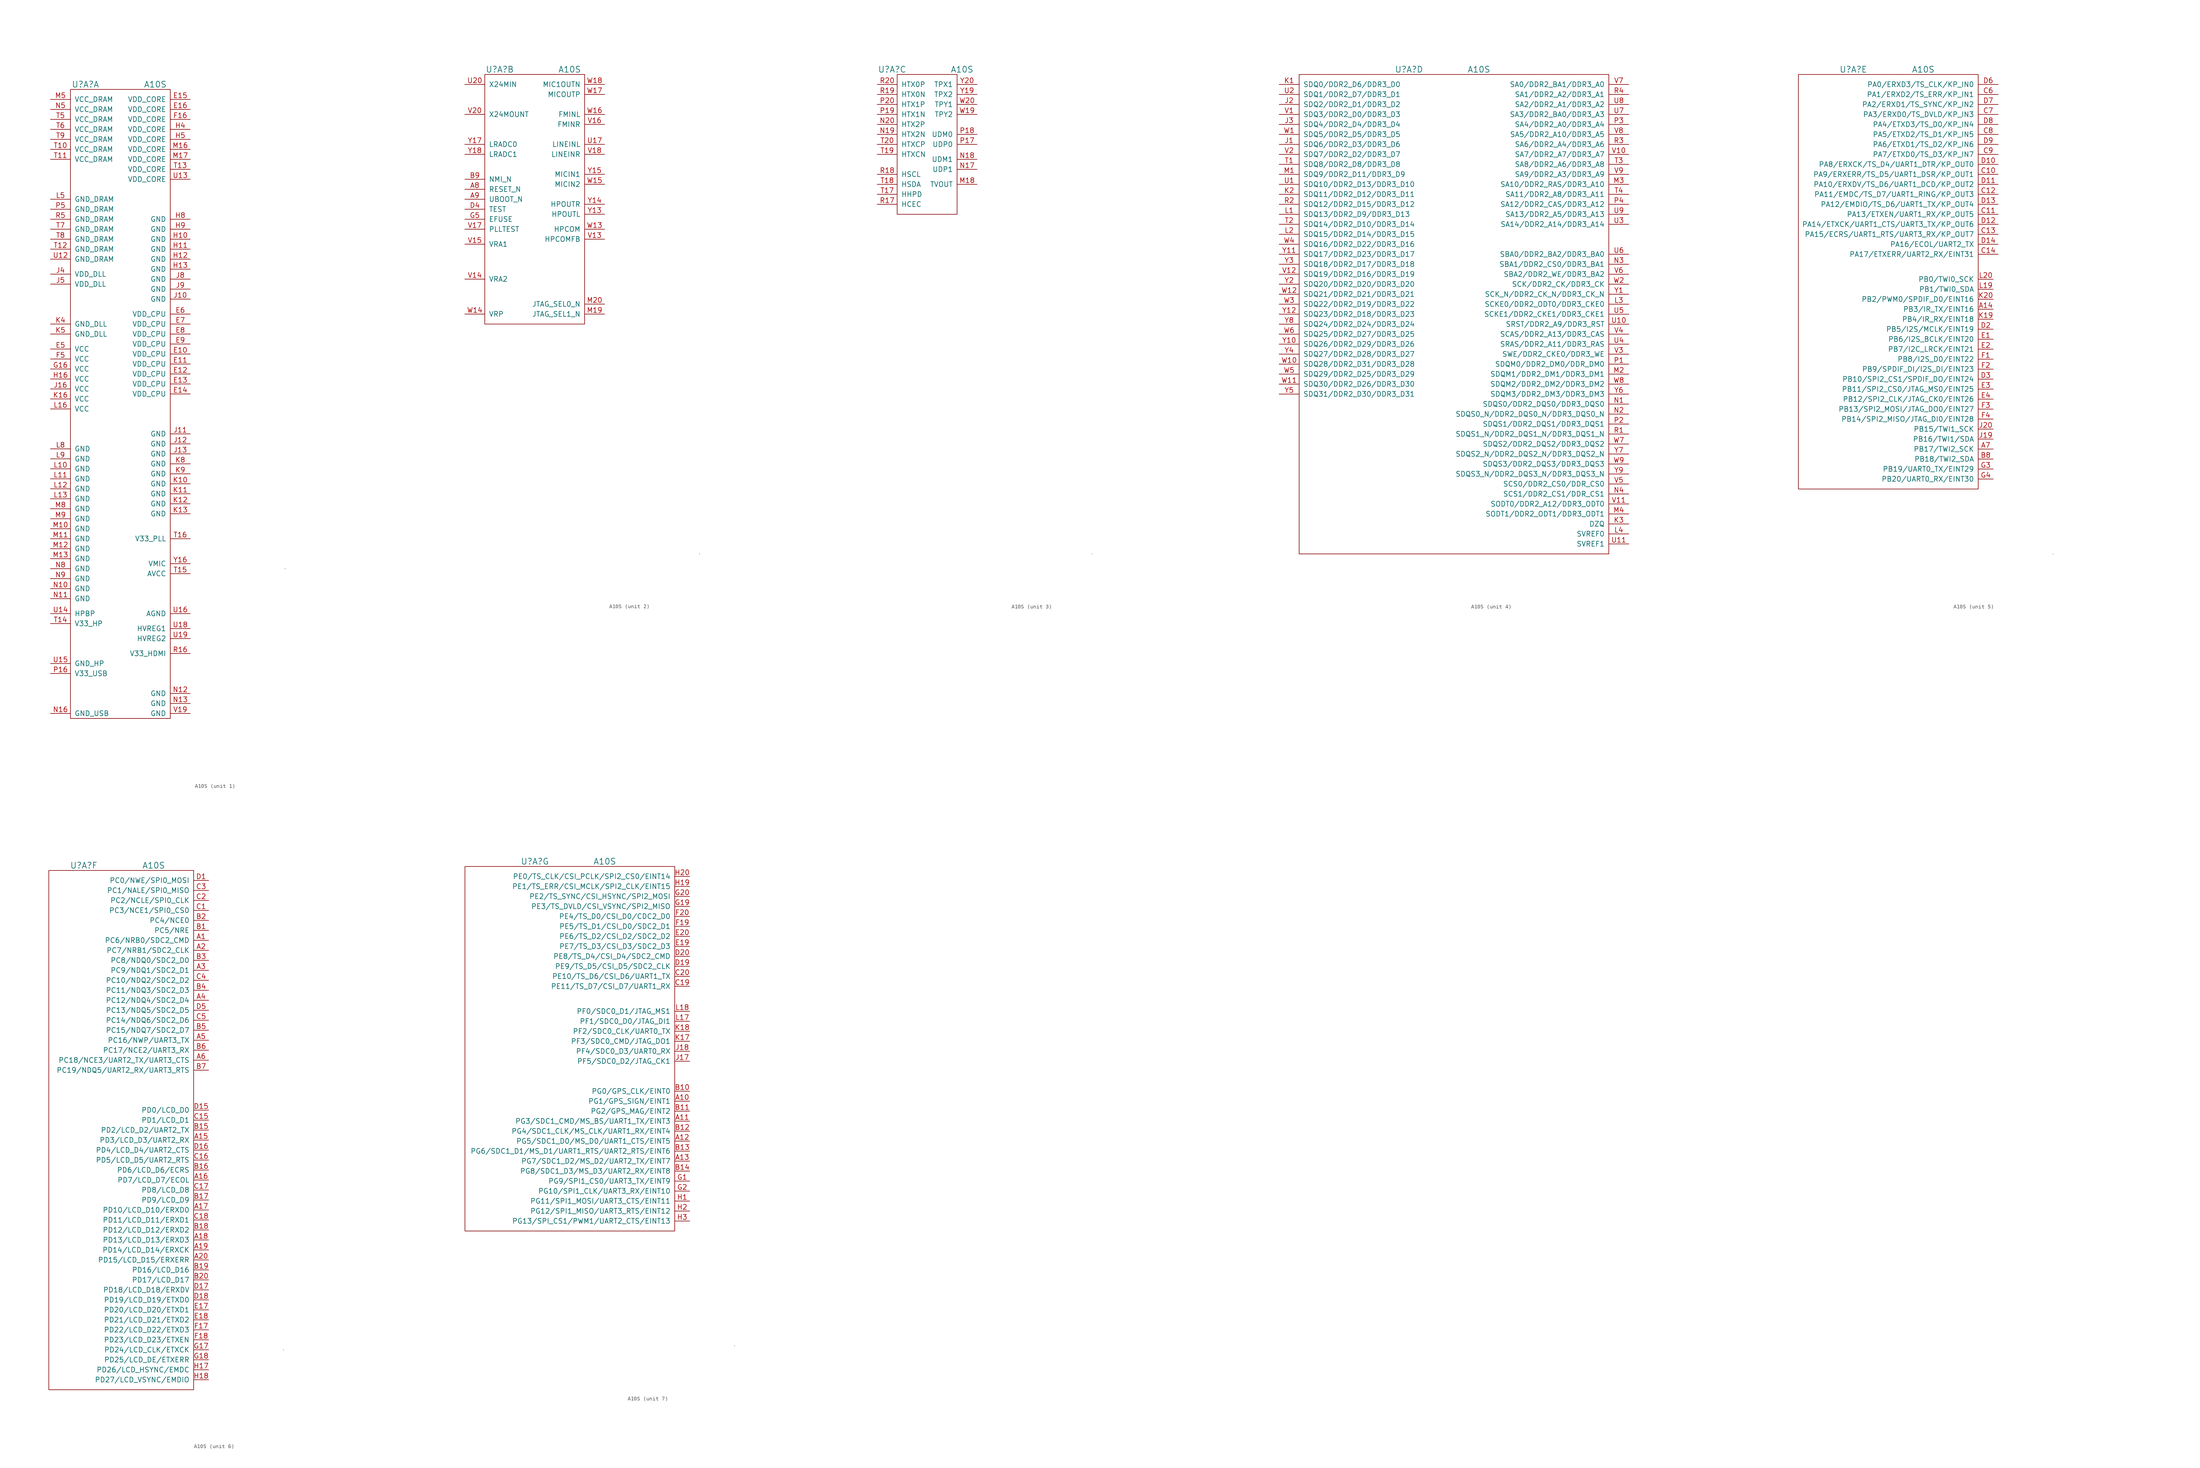
<source format=kicad_sym>
(kicad_symbol_lib
  (version 20210619)
  (generator kicad_symbol_editor)
  (symbol "tinkerforge:A10S"
    (pin_names
      (offset 1.016))
    (property "Reference" "U?A"
      (at -8.89 1.27 0)
      (effects (font (size 1.524 1.524))))
    (property "Value" "A10S"
      (at 8.89 1.27 0)
      (effects (font (size 1.524 1.524))))
    (property "Footprint" ""
      (at 66.04 -63.5 0)
      (effects (font (size 1.524 1.524))))
    (property "Datasheet" ""
      (at 66.04 -63.5 0)
      (effects (font (size 1.524 1.524))))
    (property "ki_locked" ""
      (at 0 0 0)
      (effects (font (size 1.27 1.27))))
    (symbol "A10S_0_1"
      (rectangle (start 41.91 -121.92) (end 41.91 -121.92) (stroke (width 0)) (fill (type none))))
    (symbol "A10S_1_1"
      (rectangle (start -12.7 0) (end 12.7 -160.02) (stroke (width 0)) (fill (type none)))
      (pin passive line (at 17.78 -67.31 180) (length 5.08) (name "VDD_CPU" (effects (font (size 1.27 1.27)))) (number "E10" (effects (font (size 1.27 1.27)))))
      (pin passive line (at 17.78 -69.85 180) (length 5.08) (name "VDD_CPU" (effects (font (size 1.27 1.27)))) (number "E11" (effects (font (size 1.27 1.27)))))
      (pin passive line (at 17.78 -72.39 180) (length 5.08) (name "VDD_CPU" (effects (font (size 1.27 1.27)))) (number "E12" (effects (font (size 1.27 1.27)))))
      (pin passive line (at 17.78 -74.93 180) (length 5.08) (name "VDD_CPU" (effects (font (size 1.27 1.27)))) (number "E13" (effects (font (size 1.27 1.27)))))
      (pin passive line (at 17.78 -77.47 180) (length 5.08) (name "VDD_CPU" (effects (font (size 1.27 1.27)))) (number "E14" (effects (font (size 1.27 1.27)))))
      (pin passive line (at 17.78 -2.54 180) (length 5.08) (name "VDD_CORE" (effects (font (size 1.27 1.27)))) (number "E15" (effects (font (size 1.27 1.27)))))
      (pin passive line (at 17.78 -5.08 180) (length 5.08) (name "VDD_CORE" (effects (font (size 1.27 1.27)))) (number "E16" (effects (font (size 1.27 1.27)))))
      (pin passive line (at -17.78 -66.04 0) (length 5.08) (name "VCC" (effects (font (size 1.27 1.27)))) (number "E5" (effects (font (size 1.27 1.27)))))
      (pin passive line (at 17.78 -57.15 180) (length 5.08) (name "VDD_CPU" (effects (font (size 1.27 1.27)))) (number "E6" (effects (font (size 1.27 1.27)))))
      (pin passive line (at 17.78 -59.69 180) (length 5.08) (name "VDD_CPU" (effects (font (size 1.27 1.27)))) (number "E7" (effects (font (size 1.27 1.27)))))
      (pin passive line (at 17.78 -62.23 180) (length 5.08) (name "VDD_CPU" (effects (font (size 1.27 1.27)))) (number "E8" (effects (font (size 1.27 1.27)))))
      (pin passive line (at 17.78 -64.77 180) (length 5.08) (name "VDD_CPU" (effects (font (size 1.27 1.27)))) (number "E9" (effects (font (size 1.27 1.27)))))
      (pin passive line (at 17.78 -7.62 180) (length 5.08) (name "VDD_CORE" (effects (font (size 1.27 1.27)))) (number "F16" (effects (font (size 1.27 1.27)))))
      (pin passive line (at -17.78 -68.58 0) (length 5.08) (name "VCC" (effects (font (size 1.27 1.27)))) (number "F5" (effects (font (size 1.27 1.27)))))
      (pin passive line (at -17.78 -71.12 0) (length 5.08) (name "VCC" (effects (font (size 1.27 1.27)))) (number "G16" (effects (font (size 1.27 1.27)))))
      (pin passive line (at 17.78 -38.1 180) (length 5.08) (name "GND" (effects (font (size 1.27 1.27)))) (number "H10" (effects (font (size 1.27 1.27)))))
      (pin passive line (at 17.78 -40.64 180) (length 5.08) (name "GND" (effects (font (size 1.27 1.27)))) (number "H11" (effects (font (size 1.27 1.27)))))
      (pin passive line (at 17.78 -43.18 180) (length 5.08) (name "GND" (effects (font (size 1.27 1.27)))) (number "H12" (effects (font (size 1.27 1.27)))))
      (pin passive line (at 17.78 -45.72 180) (length 5.08) (name "GND" (effects (font (size 1.27 1.27)))) (number "H13" (effects (font (size 1.27 1.27)))))
      (pin passive line (at -17.78 -73.66 0) (length 5.08) (name "VCC" (effects (font (size 1.27 1.27)))) (number "H16" (effects (font (size 1.27 1.27)))))
      (pin passive line (at 17.78 -10.16 180) (length 5.08) (name "VDD_CORE" (effects (font (size 1.27 1.27)))) (number "H4" (effects (font (size 1.27 1.27)))))
      (pin passive line (at 17.78 -12.7 180) (length 5.08) (name "VDD_CORE" (effects (font (size 1.27 1.27)))) (number "H5" (effects (font (size 1.27 1.27)))))
      (pin passive line (at 17.78 -33.02 180) (length 5.08) (name "GND" (effects (font (size 1.27 1.27)))) (number "H8" (effects (font (size 1.27 1.27)))))
      (pin passive line (at 17.78 -35.56 180) (length 5.08) (name "GND" (effects (font (size 1.27 1.27)))) (number "H9" (effects (font (size 1.27 1.27)))))
      (pin passive line (at 17.78 -53.34 180) (length 5.08) (name "GND" (effects (font (size 1.27 1.27)))) (number "J10" (effects (font (size 1.27 1.27)))))
      (pin passive line (at 17.78 -87.63 180) (length 5.08) (name "GND" (effects (font (size 1.27 1.27)))) (number "J11" (effects (font (size 1.27 1.27)))))
      (pin passive line (at 17.78 -90.17 180) (length 5.08) (name "GND" (effects (font (size 1.27 1.27)))) (number "J12" (effects (font (size 1.27 1.27)))))
      (pin passive line (at 17.78 -92.71 180) (length 5.08) (name "GND" (effects (font (size 1.27 1.27)))) (number "J13" (effects (font (size 1.27 1.27)))))
      (pin passive line (at -17.78 -76.2 0) (length 5.08) (name "VCC" (effects (font (size 1.27 1.27)))) (number "J16" (effects (font (size 1.27 1.27)))))
      (pin passive line (at -17.78 -46.99 0) (length 5.08) (name "VDD_DLL" (effects (font (size 1.27 1.27)))) (number "J4" (effects (font (size 1.27 1.27)))))
      (pin passive line (at -17.78 -49.53 0) (length 5.08) (name "VDD_DLL" (effects (font (size 1.27 1.27)))) (number "J5" (effects (font (size 1.27 1.27)))))
      (pin passive line (at 17.78 -48.26 180) (length 5.08) (name "GND" (effects (font (size 1.27 1.27)))) (number "J8" (effects (font (size 1.27 1.27)))))
      (pin passive line (at 17.78 -50.8 180) (length 5.08) (name "GND" (effects (font (size 1.27 1.27)))) (number "J9" (effects (font (size 1.27 1.27)))))
      (pin passive line (at 17.78 -100.33 180) (length 5.08) (name "GND" (effects (font (size 1.27 1.27)))) (number "K10" (effects (font (size 1.27 1.27)))))
      (pin passive line (at 17.78 -102.87 180) (length 5.08) (name "GND" (effects (font (size 1.27 1.27)))) (number "K11" (effects (font (size 1.27 1.27)))))
      (pin passive line (at 17.78 -105.41 180) (length 5.08) (name "GND" (effects (font (size 1.27 1.27)))) (number "K12" (effects (font (size 1.27 1.27)))))
      (pin passive line (at 17.78 -107.95 180) (length 5.08) (name "GND" (effects (font (size 1.27 1.27)))) (number "K13" (effects (font (size 1.27 1.27)))))
      (pin passive line (at -17.78 -78.74 0) (length 5.08) (name "VCC" (effects (font (size 1.27 1.27)))) (number "K16" (effects (font (size 1.27 1.27)))))
      (pin passive line (at -17.78 -59.69 0) (length 5.08) (name "GND_DLL" (effects (font (size 1.27 1.27)))) (number "K4" (effects (font (size 1.27 1.27)))))
      (pin passive line (at -17.78 -62.23 0) (length 5.08) (name "GND_DLL" (effects (font (size 1.27 1.27)))) (number "K5" (effects (font (size 1.27 1.27)))))
      (pin passive line (at 17.78 -95.25 180) (length 5.08) (name "GND" (effects (font (size 1.27 1.27)))) (number "K8" (effects (font (size 1.27 1.27)))))
      (pin passive line (at 17.78 -97.79 180) (length 5.08) (name "GND" (effects (font (size 1.27 1.27)))) (number "K9" (effects (font (size 1.27 1.27)))))
      (pin passive line (at -17.78 -96.52 0) (length 5.08) (name "GND" (effects (font (size 1.27 1.27)))) (number "L10" (effects (font (size 1.27 1.27)))))
      (pin passive line (at -17.78 -99.06 0) (length 5.08) (name "GND" (effects (font (size 1.27 1.27)))) (number "L11" (effects (font (size 1.27 1.27)))))
      (pin passive line (at -17.78 -101.6 0) (length 5.08) (name "GND" (effects (font (size 1.27 1.27)))) (number "L12" (effects (font (size 1.27 1.27)))))
      (pin passive line (at -17.78 -104.14 0) (length 5.08) (name "GND" (effects (font (size 1.27 1.27)))) (number "L13" (effects (font (size 1.27 1.27)))))
      (pin passive line (at -17.78 -81.28 0) (length 5.08) (name "VCC" (effects (font (size 1.27 1.27)))) (number "L16" (effects (font (size 1.27 1.27)))))
      (pin passive line (at -17.78 -27.94 0) (length 5.08) (name "GND_DRAM" (effects (font (size 1.27 1.27)))) (number "L5" (effects (font (size 1.27 1.27)))))
      (pin passive line (at -17.78 -91.44 0) (length 5.08) (name "GND" (effects (font (size 1.27 1.27)))) (number "L8" (effects (font (size 1.27 1.27)))))
      (pin passive line (at -17.78 -93.98 0) (length 5.08) (name "GND" (effects (font (size 1.27 1.27)))) (number "L9" (effects (font (size 1.27 1.27)))))
      (pin passive line (at -17.78 -111.76 0) (length 5.08) (name "GND" (effects (font (size 1.27 1.27)))) (number "M10" (effects (font (size 1.27 1.27)))))
      (pin passive line (at -17.78 -114.3 0) (length 5.08) (name "GND" (effects (font (size 1.27 1.27)))) (number "M11" (effects (font (size 1.27 1.27)))))
      (pin passive line (at -17.78 -116.84 0) (length 5.08) (name "GND" (effects (font (size 1.27 1.27)))) (number "M12" (effects (font (size 1.27 1.27)))))
      (pin passive line (at -17.78 -119.38 0) (length 5.08) (name "GND" (effects (font (size 1.27 1.27)))) (number "M13" (effects (font (size 1.27 1.27)))))
      (pin passive line (at 17.78 -15.24 180) (length 5.08) (name "VDD_CORE" (effects (font (size 1.27 1.27)))) (number "M16" (effects (font (size 1.27 1.27)))))
      (pin passive line (at 17.78 -17.78 180) (length 5.08) (name "VDD_CORE" (effects (font (size 1.27 1.27)))) (number "M17" (effects (font (size 1.27 1.27)))))
      (pin passive line (at -17.78 -2.54 0) (length 5.08) (name "VCC_DRAM" (effects (font (size 1.27 1.27)))) (number "M5" (effects (font (size 1.27 1.27)))))
      (pin passive line (at -17.78 -106.68 0) (length 5.08) (name "GND" (effects (font (size 1.27 1.27)))) (number "M8" (effects (font (size 1.27 1.27)))))
      (pin passive line (at -17.78 -109.22 0) (length 5.08) (name "GND" (effects (font (size 1.27 1.27)))) (number "M9" (effects (font (size 1.27 1.27)))))
      (pin passive line (at -17.78 -127 0) (length 5.08) (name "GND" (effects (font (size 1.27 1.27)))) (number "N10" (effects (font (size 1.27 1.27)))))
      (pin passive line (at -17.78 -129.54 0) (length 5.08) (name "GND" (effects (font (size 1.27 1.27)))) (number "N11" (effects (font (size 1.27 1.27)))))
      (pin passive line (at 17.78 -153.67 180) (length 5.08) (name "GND" (effects (font (size 1.27 1.27)))) (number "N12" (effects (font (size 1.27 1.27)))))
      (pin passive line (at 17.78 -156.21 180) (length 5.08) (name "GND" (effects (font (size 1.27 1.27)))) (number "N13" (effects (font (size 1.27 1.27)))))
      (pin passive line (at -17.78 -158.75 0) (length 5.08) (name "GND_USB" (effects (font (size 1.27 1.27)))) (number "N16" (effects (font (size 1.27 1.27)))))
      (pin passive line (at -17.78 -5.08 0) (length 5.08) (name "VCC_DRAM" (effects (font (size 1.27 1.27)))) (number "N5" (effects (font (size 1.27 1.27)))))
      (pin passive line (at -17.78 -121.92 0) (length 5.08) (name "GND" (effects (font (size 1.27 1.27)))) (number "N8" (effects (font (size 1.27 1.27)))))
      (pin passive line (at -17.78 -124.46 0) (length 5.08) (name "GND" (effects (font (size 1.27 1.27)))) (number "N9" (effects (font (size 1.27 1.27)))))
      (pin passive line (at -17.78 -148.59 0) (length 5.08) (name "V33_USB" (effects (font (size 1.27 1.27)))) (number "P16" (effects (font (size 1.27 1.27)))))
      (pin passive line (at -17.78 -30.48 0) (length 5.08) (name "GND_DRAM" (effects (font (size 1.27 1.27)))) (number "P5" (effects (font (size 1.27 1.27)))))
      (pin passive line (at 17.78 -143.51 180) (length 5.08) (name "V33_HDMI" (effects (font (size 1.27 1.27)))) (number "R16" (effects (font (size 1.27 1.27)))))
      (pin passive line (at -17.78 -33.02 0) (length 5.08) (name "GND_DRAM" (effects (font (size 1.27 1.27)))) (number "R5" (effects (font (size 1.27 1.27)))))
      (pin passive line (at -17.78 -15.24 0) (length 5.08) (name "VCC_DRAM" (effects (font (size 1.27 1.27)))) (number "T10" (effects (font (size 1.27 1.27)))))
      (pin passive line (at -17.78 -17.78 0) (length 5.08) (name "VCC_DRAM" (effects (font (size 1.27 1.27)))) (number "T11" (effects (font (size 1.27 1.27)))))
      (pin passive line (at -17.78 -40.64 0) (length 5.08) (name "GND_DRAM" (effects (font (size 1.27 1.27)))) (number "T12" (effects (font (size 1.27 1.27)))))
      (pin passive line (at 17.78 -20.32 180) (length 5.08) (name "VDD_CORE" (effects (font (size 1.27 1.27)))) (number "T13" (effects (font (size 1.27 1.27)))))
      (pin passive line (at -17.78 -135.89 0) (length 5.08) (name "V33_HP" (effects (font (size 1.27 1.27)))) (number "T14" (effects (font (size 1.27 1.27)))))
      (pin passive line (at 17.78 -123.19 180) (length 5.08) (name "AVCC" (effects (font (size 1.27 1.27)))) (number "T15" (effects (font (size 1.27 1.27)))))
      (pin passive line (at 17.78 -114.3 180) (length 5.08) (name "V33_PLL" (effects (font (size 1.27 1.27)))) (number "T16" (effects (font (size 1.27 1.27)))))
      (pin passive line (at -17.78 -7.62 0) (length 5.08) (name "VCC_DRAM" (effects (font (size 1.27 1.27)))) (number "T5" (effects (font (size 1.27 1.27)))))
      (pin passive line (at -17.78 -10.16 0) (length 5.08) (name "VCC_DRAM" (effects (font (size 1.27 1.27)))) (number "T6" (effects (font (size 1.27 1.27)))))
      (pin passive line (at -17.78 -35.56 0) (length 5.08) (name "GND_DRAM" (effects (font (size 1.27 1.27)))) (number "T7" (effects (font (size 1.27 1.27)))))
      (pin passive line (at -17.78 -38.1 0) (length 5.08) (name "GND_DRAM" (effects (font (size 1.27 1.27)))) (number "T8" (effects (font (size 1.27 1.27)))))
      (pin passive line (at -17.78 -12.7 0) (length 5.08) (name "VCC_DRAM" (effects (font (size 1.27 1.27)))) (number "T9" (effects (font (size 1.27 1.27)))))
      (pin passive line (at -17.78 -43.18 0) (length 5.08) (name "GND_DRAM" (effects (font (size 1.27 1.27)))) (number "U12" (effects (font (size 1.27 1.27)))))
      (pin passive line (at 17.78 -22.86 180) (length 5.08) (name "VDD_CORE" (effects (font (size 1.27 1.27)))) (number "U13" (effects (font (size 1.27 1.27)))))
      (pin passive line (at -17.78 -133.35 0) (length 5.08) (name "HPBP" (effects (font (size 1.27 1.27)))) (number "U14" (effects (font (size 1.27 1.27)))))
      (pin passive line (at -17.78 -146.05 0) (length 5.08) (name "GND_HP" (effects (font (size 1.27 1.27)))) (number "U15" (effects (font (size 1.27 1.27)))))
      (pin passive line (at 17.78 -133.35 180) (length 5.08) (name "AGND" (effects (font (size 1.27 1.27)))) (number "U16" (effects (font (size 1.27 1.27)))))
      (pin passive line (at 17.78 -137.16 180) (length 5.08) (name "HVREG1" (effects (font (size 1.27 1.27)))) (number "U18" (effects (font (size 1.27 1.27)))))
      (pin passive line (at 17.78 -139.7 180) (length 5.08) (name "HVREG2" (effects (font (size 1.27 1.27)))) (number "U19" (effects (font (size 1.27 1.27)))))
      (pin passive line (at 17.78 -158.75 180) (length 5.08) (name "GND" (effects (font (size 1.27 1.27)))) (number "V19" (effects (font (size 1.27 1.27)))))
      (pin passive line (at 17.78 -120.65 180) (length 5.08) (name "VMIC" (effects (font (size 1.27 1.27)))) (number "Y16" (effects (font (size 1.27 1.27))))))
    (symbol "A10S_2_1"
      (rectangle (start -12.7 0) (end 12.7 -63.5) (stroke (width 0)) (fill (type none)))
      (pin passive line (at -17.78 -29.21 0) (length 5.08) (name "RESET_N" (effects (font (size 1.27 1.27)))) (number "A8" (effects (font (size 1.27 1.27)))))
      (pin passive line (at -17.78 -31.75 0) (length 5.08) (name "UBOOT_N" (effects (font (size 1.27 1.27)))) (number "A9" (effects (font (size 1.27 1.27)))))
      (pin passive line (at -17.78 -26.67 0) (length 5.08) (name "NMI_N" (effects (font (size 1.27 1.27)))) (number "B9" (effects (font (size 1.27 1.27)))))
      (pin passive line (at -17.78 -34.29 0) (length 5.08) (name "TEST" (effects (font (size 1.27 1.27)))) (number "D4" (effects (font (size 1.27 1.27)))))
      (pin passive line (at -17.78 -36.83 0) (length 5.08) (name "EFUSE" (effects (font (size 1.27 1.27)))) (number "G5" (effects (font (size 1.27 1.27)))))
      (pin passive line (at 17.78 -60.96 180) (length 5.08) (name "JTAG_SEL1_N" (effects (font (size 1.27 1.27)))) (number "M19" (effects (font (size 1.27 1.27)))))
      (pin passive line (at 17.78 -58.42 180) (length 5.08) (name "JTAG_SEL0_N" (effects (font (size 1.27 1.27)))) (number "M20" (effects (font (size 1.27 1.27)))))
      (pin passive line (at 17.78 -17.78 180) (length 5.08) (name "LINEINL" (effects (font (size 1.27 1.27)))) (number "U17" (effects (font (size 1.27 1.27)))))
      (pin passive line (at -17.78 -2.54 0) (length 5.08) (name "X24MIN" (effects (font (size 1.27 1.27)))) (number "U20" (effects (font (size 1.27 1.27)))))
      (pin passive line (at 17.78 -41.91 180) (length 5.08) (name "HPCOMFB" (effects (font (size 1.27 1.27)))) (number "V13" (effects (font (size 1.27 1.27)))))
      (pin passive line (at -17.78 -52.07 0) (length 5.08) (name "VRA2" (effects (font (size 1.27 1.27)))) (number "V14" (effects (font (size 1.27 1.27)))))
      (pin passive line (at -17.78 -43.18 0) (length 5.08) (name "VRA1" (effects (font (size 1.27 1.27)))) (number "V15" (effects (font (size 1.27 1.27)))))
      (pin passive line (at 17.78 -12.7 180) (length 5.08) (name "FMINR" (effects (font (size 1.27 1.27)))) (number "V16" (effects (font (size 1.27 1.27)))))
      (pin passive line (at -17.78 -39.37 0) (length 5.08) (name "PLLTEST" (effects (font (size 1.27 1.27)))) (number "V17" (effects (font (size 1.27 1.27)))))
      (pin passive line (at 17.78 -20.32 180) (length 5.08) (name "LINEINR" (effects (font (size 1.27 1.27)))) (number "V18" (effects (font (size 1.27 1.27)))))
      (pin passive line (at -17.78 -10.16 0) (length 5.08) (name "X24MOUNT" (effects (font (size 1.27 1.27)))) (number "V20" (effects (font (size 1.27 1.27)))))
      (pin passive line (at 17.78 -39.37 180) (length 5.08) (name "HPCOM" (effects (font (size 1.27 1.27)))) (number "W13" (effects (font (size 1.27 1.27)))))
      (pin passive line (at -17.78 -60.96 0) (length 5.08) (name "VRP" (effects (font (size 1.27 1.27)))) (number "W14" (effects (font (size 1.27 1.27)))))
      (pin passive line (at 17.78 -27.94 180) (length 5.08) (name "MICIN2" (effects (font (size 1.27 1.27)))) (number "W15" (effects (font (size 1.27 1.27)))))
      (pin passive line (at 17.78 -10.16 180) (length 5.08) (name "FMINL" (effects (font (size 1.27 1.27)))) (number "W16" (effects (font (size 1.27 1.27)))))
      (pin passive line (at 17.78 -5.08 180) (length 5.08) (name "MICOUTP" (effects (font (size 1.27 1.27)))) (number "W17" (effects (font (size 1.27 1.27)))))
      (pin passive line (at 17.78 -2.54 180) (length 5.08) (name "MIC1OUTN" (effects (font (size 1.27 1.27)))) (number "W18" (effects (font (size 1.27 1.27)))))
      (pin passive line (at 17.78 -35.56 180) (length 5.08) (name "HPOUTL" (effects (font (size 1.27 1.27)))) (number "Y13" (effects (font (size 1.27 1.27)))))
      (pin passive line (at 17.78 -33.02 180) (length 5.08) (name "HPOUTR" (effects (font (size 1.27 1.27)))) (number "Y14" (effects (font (size 1.27 1.27)))))
      (pin passive line (at 17.78 -25.4 180) (length 5.08) (name "MICIN1" (effects (font (size 1.27 1.27)))) (number "Y15" (effects (font (size 1.27 1.27)))))
      (pin passive line (at -17.78 -17.78 0) (length 5.08) (name "LRADC0" (effects (font (size 1.27 1.27)))) (number "Y17" (effects (font (size 1.27 1.27)))))
      (pin passive line (at -17.78 -20.32 0) (length 5.08) (name "LRADC1" (effects (font (size 1.27 1.27)))) (number "Y18" (effects (font (size 1.27 1.27))))))
    (symbol "A10S_3_1"
      (rectangle (start -7.62 0) (end 7.62 -35.56) (stroke (width 0)) (fill (type none)))
      (pin passive line (at 12.7 -27.94 180) (length 5.08) (name "TVOUT" (effects (font (size 1.27 1.27)))) (number "M18" (effects (font (size 1.27 1.27)))))
      (pin passive line (at 12.7 -24.13 180) (length 5.08) (name "UDP1" (effects (font (size 1.27 1.27)))) (number "N17" (effects (font (size 1.27 1.27)))))
      (pin passive line (at 12.7 -21.59 180) (length 5.08) (name "UDM1" (effects (font (size 1.27 1.27)))) (number "N18" (effects (font (size 1.27 1.27)))))
      (pin passive line (at -12.7 -15.24 0) (length 5.08) (name "HTX2N" (effects (font (size 1.27 1.27)))) (number "N19" (effects (font (size 1.27 1.27)))))
      (pin passive line (at -12.7 -12.7 0) (length 5.08) (name "HTX2P" (effects (font (size 1.27 1.27)))) (number "N20" (effects (font (size 1.27 1.27)))))
      (pin passive line (at 12.7 -17.78 180) (length 5.08) (name "UDP0" (effects (font (size 1.27 1.27)))) (number "P17" (effects (font (size 1.27 1.27)))))
      (pin passive line (at 12.7 -15.24 180) (length 5.08) (name "UDM0" (effects (font (size 1.27 1.27)))) (number "P18" (effects (font (size 1.27 1.27)))))
      (pin passive line (at -12.7 -10.16 0) (length 5.08) (name "HTX1N" (effects (font (size 1.27 1.27)))) (number "P19" (effects (font (size 1.27 1.27)))))
      (pin passive line (at -12.7 -7.62 0) (length 5.08) (name "HTX1P" (effects (font (size 1.27 1.27)))) (number "P20" (effects (font (size 1.27 1.27)))))
      (pin passive line (at -12.7 -33.02 0) (length 5.08) (name "HCEC" (effects (font (size 1.27 1.27)))) (number "R17" (effects (font (size 1.27 1.27)))))
      (pin passive line (at -12.7 -25.4 0) (length 5.08) (name "HSCL" (effects (font (size 1.27 1.27)))) (number "R18" (effects (font (size 1.27 1.27)))))
      (pin passive line (at -12.7 -5.08 0) (length 5.08) (name "HTX0N" (effects (font (size 1.27 1.27)))) (number "R19" (effects (font (size 1.27 1.27)))))
      (pin passive line (at -12.7 -2.54 0) (length 5.08) (name "HTX0P" (effects (font (size 1.27 1.27)))) (number "R20" (effects (font (size 1.27 1.27)))))
      (pin passive line (at -12.7 -30.48 0) (length 5.08) (name "HHPD" (effects (font (size 1.27 1.27)))) (number "T17" (effects (font (size 1.27 1.27)))))
      (pin passive line (at -12.7 -27.94 0) (length 5.08) (name "HSDA" (effects (font (size 1.27 1.27)))) (number "T18" (effects (font (size 1.27 1.27)))))
      (pin passive line (at -12.7 -20.32 0) (length 5.08) (name "HTXCN" (effects (font (size 1.27 1.27)))) (number "T19" (effects (font (size 1.27 1.27)))))
      (pin passive line (at -12.7 -17.78 0) (length 5.08) (name "HTXCP" (effects (font (size 1.27 1.27)))) (number "T20" (effects (font (size 1.27 1.27)))))
      (pin passive line (at 12.7 -10.16 180) (length 5.08) (name "TPY2" (effects (font (size 1.27 1.27)))) (number "W19" (effects (font (size 1.27 1.27)))))
      (pin passive line (at 12.7 -7.62 180) (length 5.08) (name "TPY1" (effects (font (size 1.27 1.27)))) (number "W20" (effects (font (size 1.27 1.27)))))
      (pin passive line (at 12.7 -5.08 180) (length 5.08) (name "TPX2" (effects (font (size 1.27 1.27)))) (number "Y19" (effects (font (size 1.27 1.27)))))
      (pin passive line (at 12.7 -2.54 180) (length 5.08) (name "TPX1" (effects (font (size 1.27 1.27)))) (number "Y20" (effects (font (size 1.27 1.27))))))
    (symbol "A10S_4_1"
      (rectangle (start -36.83 0) (end 41.91 -121.92) (stroke (width 0)) (fill (type none)))
      (pin passive line (at -41.91 -17.78 0) (length 5.08) (name "SDQ6/DDR2_D3/DDR3_D6" (effects (font (size 1.27 1.27)))) (number "J1" (effects (font (size 1.27 1.27)))))
      (pin passive line (at -41.91 -7.62 0) (length 5.08) (name "SDQ2/DDR2_D1/DDR3_D2" (effects (font (size 1.27 1.27)))) (number "J2" (effects (font (size 1.27 1.27)))))
      (pin passive line (at -41.91 -12.7 0) (length 5.08) (name "SDQ4/DDR2_D4/DDR3_D4" (effects (font (size 1.27 1.27)))) (number "J3" (effects (font (size 1.27 1.27)))))
      (pin passive line (at -41.91 -2.54 0) (length 5.08) (name "SDQ0/DDR2_D6/DDR3_D0" (effects (font (size 1.27 1.27)))) (number "K1" (effects (font (size 1.27 1.27)))))
      (pin passive line (at -41.91 -30.48 0) (length 5.08) (name "SDQ11/DDR2_D12/DDR3_D11" (effects (font (size 1.27 1.27)))) (number "K2" (effects (font (size 1.27 1.27)))))
      (pin passive line (at 46.99 -114.3 180) (length 5.08) (name "DZQ" (effects (font (size 1.27 1.27)))) (number "K3" (effects (font (size 1.27 1.27)))))
      (pin passive line (at -41.91 -35.56 0) (length 5.08) (name "SDQ13/DDR2_D9/DDR3_D13" (effects (font (size 1.27 1.27)))) (number "L1" (effects (font (size 1.27 1.27)))))
      (pin passive line (at -41.91 -40.64 0) (length 5.08) (name "SDQ15/DDR2_D14/DDR3_D15" (effects (font (size 1.27 1.27)))) (number "L2" (effects (font (size 1.27 1.27)))))
      (pin passive line (at 46.99 -58.42 180) (length 5.08) (name "SCKE0/DDR2_ODT0/DDR3_CKE0" (effects (font (size 1.27 1.27)))) (number "L3" (effects (font (size 1.27 1.27)))))
      (pin passive line (at 46.99 -116.84 180) (length 5.08) (name "SVREF0" (effects (font (size 1.27 1.27)))) (number "L4" (effects (font (size 1.27 1.27)))))
      (pin passive line (at -41.91 -25.4 0) (length 5.08) (name "SDQ9/DDR2_D11/DDR3_D9" (effects (font (size 1.27 1.27)))) (number "M1" (effects (font (size 1.27 1.27)))))
      (pin passive line (at 46.99 -76.2 180) (length 5.08) (name "SDQM1/DDR2_DM1/DDR3_DM1" (effects (font (size 1.27 1.27)))) (number "M2" (effects (font (size 1.27 1.27)))))
      (pin passive line (at 46.99 -27.94 180) (length 5.08) (name "SA10/DDR2_RAS/DDR3_A10" (effects (font (size 1.27 1.27)))) (number "M3" (effects (font (size 1.27 1.27)))))
      (pin passive line (at 46.99 -111.76 180) (length 5.08) (name "SODT1/DDR2_ODT1/DDR3_ODT1" (effects (font (size 1.27 1.27)))) (number "M4" (effects (font (size 1.27 1.27)))))
      (pin passive line (at 46.99 -83.82 180) (length 5.08) (name "SDQS0/DDR2_DQS0/DDR3_DQS0" (effects (font (size 1.27 1.27)))) (number "N1" (effects (font (size 1.27 1.27)))))
      (pin passive line (at 46.99 -86.36 180) (length 5.08) (name "SDQS0_N/DDR2_DQS0_N/DDR3_DQS0_N" (effects (font (size 1.27 1.27)))) (number "N2" (effects (font (size 1.27 1.27)))))
      (pin passive line (at 46.99 -48.26 180) (length 5.08) (name "SBA1/DDR2_CS0/DDR3_BA1" (effects (font (size 1.27 1.27)))) (number "N3" (effects (font (size 1.27 1.27)))))
      (pin passive line (at 46.99 -106.68 180) (length 5.08) (name "SCS1/DDR2_CS1/DDR_CS1" (effects (font (size 1.27 1.27)))) (number "N4" (effects (font (size 1.27 1.27)))))
      (pin passive line (at 46.99 -73.66 180) (length 5.08) (name "SDQM0/DDR2_DM0/DDR_DM0" (effects (font (size 1.27 1.27)))) (number "P1" (effects (font (size 1.27 1.27)))))
      (pin passive line (at 46.99 -88.9 180) (length 5.08) (name "SDQS1/DDR2_DQS1/DDR3_DQS1" (effects (font (size 1.27 1.27)))) (number "P2" (effects (font (size 1.27 1.27)))))
      (pin passive line (at 46.99 -12.7 180) (length 5.08) (name "SA4/DDR2_A0/DDR3_A4" (effects (font (size 1.27 1.27)))) (number "P3" (effects (font (size 1.27 1.27)))))
      (pin passive line (at 46.99 -33.02 180) (length 5.08) (name "SA12/DDR2_CAS/DDR3_A12" (effects (font (size 1.27 1.27)))) (number "P4" (effects (font (size 1.27 1.27)))))
      (pin passive line (at 46.99 -91.44 180) (length 5.08) (name "SDQS1_N/DDR2_DQS1_N/DDR3_DQS1_N" (effects (font (size 1.27 1.27)))) (number "R1" (effects (font (size 1.27 1.27)))))
      (pin passive line (at -41.91 -33.02 0) (length 5.08) (name "SDQ12/DDR2_D15/DDR3_D12" (effects (font (size 1.27 1.27)))) (number "R2" (effects (font (size 1.27 1.27)))))
      (pin passive line (at 46.99 -17.78 180) (length 5.08) (name "SA6/DDR2_A4/DDR3_A6" (effects (font (size 1.27 1.27)))) (number "R3" (effects (font (size 1.27 1.27)))))
      (pin passive line (at 46.99 -5.08 180) (length 5.08) (name "SA1/DDR2_A2/DDR3_A1" (effects (font (size 1.27 1.27)))) (number "R4" (effects (font (size 1.27 1.27)))))
      (pin passive line (at -41.91 -22.86 0) (length 5.08) (name "SDQ8/DDR2_D8/DDR3_D8" (effects (font (size 1.27 1.27)))) (number "T1" (effects (font (size 1.27 1.27)))))
      (pin passive line (at -41.91 -38.1 0) (length 5.08) (name "SDQ14/DDR2_D10/DDR3_D14" (effects (font (size 1.27 1.27)))) (number "T2" (effects (font (size 1.27 1.27)))))
      (pin passive line (at 46.99 -22.86 180) (length 5.08) (name "SA8/DDR2_A6/DDR3_A8" (effects (font (size 1.27 1.27)))) (number "T3" (effects (font (size 1.27 1.27)))))
      (pin passive line (at 46.99 -30.48 180) (length 5.08) (name "SA11/DDR2_A8/DDR3_A11" (effects (font (size 1.27 1.27)))) (number "T4" (effects (font (size 1.27 1.27)))))
      (pin passive line (at -41.91 -27.94 0) (length 5.08) (name "SDQ10/DDR2_D13/DDR3_D10" (effects (font (size 1.27 1.27)))) (number "U1" (effects (font (size 1.27 1.27)))))
      (pin passive line (at 46.99 -63.5 180) (length 5.08) (name "SRST/DDR2_A9/DDR3_RST" (effects (font (size 1.27 1.27)))) (number "U10" (effects (font (size 1.27 1.27)))))
      (pin passive line (at 46.99 -119.38 180) (length 5.08) (name "SVREF1" (effects (font (size 1.27 1.27)))) (number "U11" (effects (font (size 1.27 1.27)))))
      (pin passive line (at -41.91 -5.08 0) (length 5.08) (name "SDQ1/DDR2_D7/DDR3_D1" (effects (font (size 1.27 1.27)))) (number "U2" (effects (font (size 1.27 1.27)))))
      (pin passive line (at 46.99 -38.1 180) (length 5.08) (name "SA14/DDR2_A14/DDR3_A14" (effects (font (size 1.27 1.27)))) (number "U3" (effects (font (size 1.27 1.27)))))
      (pin passive line (at 46.99 -68.58 180) (length 5.08) (name "SRAS/DDR2_A11/DDR3_RAS" (effects (font (size 1.27 1.27)))) (number "U4" (effects (font (size 1.27 1.27)))))
      (pin passive line (at 46.99 -60.96 180) (length 5.08) (name "SCKE1/DDR2_CKE1/DDR3_CKE1" (effects (font (size 1.27 1.27)))) (number "U5" (effects (font (size 1.27 1.27)))))
      (pin passive line (at 46.99 -45.72 180) (length 5.08) (name "SBA0/DDR2_BA2/DDR3_BA0" (effects (font (size 1.27 1.27)))) (number "U6" (effects (font (size 1.27 1.27)))))
      (pin passive line (at 46.99 -10.16 180) (length 5.08) (name "SA3/DDR2_BA0/DDR3_A3" (effects (font (size 1.27 1.27)))) (number "U7" (effects (font (size 1.27 1.27)))))
      (pin passive line (at 46.99 -7.62 180) (length 5.08) (name "SA2/DDR2_A1/DDR3_A2" (effects (font (size 1.27 1.27)))) (number "U8" (effects (font (size 1.27 1.27)))))
      (pin passive line (at 46.99 -35.56 180) (length 5.08) (name "SA13/DDR2_A5/DDR3_A13" (effects (font (size 1.27 1.27)))) (number "U9" (effects (font (size 1.27 1.27)))))
      (pin passive line (at -41.91 -10.16 0) (length 5.08) (name "SDQ3/DDR2_D0/DDR3_D3" (effects (font (size 1.27 1.27)))) (number "V1" (effects (font (size 1.27 1.27)))))
      (pin passive line (at 46.99 -20.32 180) (length 5.08) (name "SA7/DDR2_A7/DDR3_A7" (effects (font (size 1.27 1.27)))) (number "V10" (effects (font (size 1.27 1.27)))))
      (pin passive line (at 46.99 -109.22 180) (length 5.08) (name "SODT0/DDR2_A12/DDR3_ODT0" (effects (font (size 1.27 1.27)))) (number "V11" (effects (font (size 1.27 1.27)))))
      (pin passive line (at -41.91 -50.8 0) (length 5.08) (name "SDQ19/DDR2_D16/DDR3_D19" (effects (font (size 1.27 1.27)))) (number "V12" (effects (font (size 1.27 1.27)))))
      (pin passive line (at -41.91 -20.32 0) (length 5.08) (name "SDQ7/DDR2_D2/DDR3_D7" (effects (font (size 1.27 1.27)))) (number "V2" (effects (font (size 1.27 1.27)))))
      (pin passive line (at 46.99 -71.12 180) (length 5.08) (name "SWE/DDR2_CKE0/DDR3_WE" (effects (font (size 1.27 1.27)))) (number "V3" (effects (font (size 1.27 1.27)))))
      (pin passive line (at 46.99 -66.04 180) (length 5.08) (name "SCAS/DDR2_A13/DDR3_CAS" (effects (font (size 1.27 1.27)))) (number "V4" (effects (font (size 1.27 1.27)))))
      (pin passive line (at 46.99 -104.14 180) (length 5.08) (name "SCS0/DDR2_CS0/DDR_CS0" (effects (font (size 1.27 1.27)))) (number "V5" (effects (font (size 1.27 1.27)))))
      (pin passive line (at 46.99 -50.8 180) (length 5.08) (name "SBA2/DDR2_WE/DDR3_BA2" (effects (font (size 1.27 1.27)))) (number "V6" (effects (font (size 1.27 1.27)))))
      (pin passive line (at 46.99 -2.54 180) (length 5.08) (name "SA0/DDR2_BA1/DDR3_A0" (effects (font (size 1.27 1.27)))) (number "V7" (effects (font (size 1.27 1.27)))))
      (pin passive line (at 46.99 -15.24 180) (length 5.08) (name "SA5/DDR2_A10/DDR3_A5" (effects (font (size 1.27 1.27)))) (number "V8" (effects (font (size 1.27 1.27)))))
      (pin passive line (at 46.99 -25.4 180) (length 5.08) (name "SA9/DDR2_A3/DDR3_A9" (effects (font (size 1.27 1.27)))) (number "V9" (effects (font (size 1.27 1.27)))))
      (pin passive line (at -41.91 -15.24 0) (length 5.08) (name "SDQ5/DDR2_D5/DDR3_D5" (effects (font (size 1.27 1.27)))) (number "W1" (effects (font (size 1.27 1.27)))))
      (pin passive line (at -41.91 -73.66 0) (length 5.08) (name "SDQ28/DDR2_D31/DDR3_D28" (effects (font (size 1.27 1.27)))) (number "W10" (effects (font (size 1.27 1.27)))))
      (pin passive line (at -41.91 -78.74 0) (length 5.08) (name "SDQ30/DDR2_D26/DDR3_D30" (effects (font (size 1.27 1.27)))) (number "W11" (effects (font (size 1.27 1.27)))))
      (pin passive line (at -41.91 -55.88 0) (length 5.08) (name "SDQ21/DDR2_D21/DDR3_D21" (effects (font (size 1.27 1.27)))) (number "W12" (effects (font (size 1.27 1.27)))))
      (pin passive line (at 46.99 -53.34 180) (length 5.08) (name "SCK/DDR2_CK/DDR3_CK" (effects (font (size 1.27 1.27)))) (number "W2" (effects (font (size 1.27 1.27)))))
      (pin passive line (at -41.91 -58.42 0) (length 5.08) (name "SDQ22/DDR2_D19/DDR3_D22" (effects (font (size 1.27 1.27)))) (number "W3" (effects (font (size 1.27 1.27)))))
      (pin passive line (at -41.91 -43.18 0) (length 5.08) (name "SDQ16/DDR2_D22/DDR3_D16" (effects (font (size 1.27 1.27)))) (number "W4" (effects (font (size 1.27 1.27)))))
      (pin passive line (at -41.91 -76.2 0) (length 5.08) (name "SDQ29/DDR2_D25/DDR3_D29" (effects (font (size 1.27 1.27)))) (number "W5" (effects (font (size 1.27 1.27)))))
      (pin passive line (at -41.91 -66.04 0) (length 5.08) (name "SDQ25/DDR2_D27/DDR3_D25" (effects (font (size 1.27 1.27)))) (number "W6" (effects (font (size 1.27 1.27)))))
      (pin passive line (at 46.99 -93.98 180) (length 5.08) (name "SDQS2/DDR2_DQS2/DDR3_DQS2" (effects (font (size 1.27 1.27)))) (number "W7" (effects (font (size 1.27 1.27)))))
      (pin passive line (at 46.99 -78.74 180) (length 5.08) (name "SDQM2/DDR2_DM2/DDR3_DM2" (effects (font (size 1.27 1.27)))) (number "W8" (effects (font (size 1.27 1.27)))))
      (pin passive line (at 46.99 -99.06 180) (length 5.08) (name "SDQS3/DDR2_DQS3/DDR3_DQS3" (effects (font (size 1.27 1.27)))) (number "W9" (effects (font (size 1.27 1.27)))))
      (pin passive line (at 46.99 -55.88 180) (length 5.08) (name "SCK_N/DDR2_CK_N/DDR3_CK_N" (effects (font (size 1.27 1.27)))) (number "Y1" (effects (font (size 1.27 1.27)))))
      (pin passive line (at -41.91 -68.58 0) (length 5.08) (name "SDQ26/DDR2_D29/DDR3_D26" (effects (font (size 1.27 1.27)))) (number "Y10" (effects (font (size 1.27 1.27)))))
      (pin passive line (at -41.91 -45.72 0) (length 5.08) (name "SDQ17/DDR2_D23/DDR3_D17" (effects (font (size 1.27 1.27)))) (number "Y11" (effects (font (size 1.27 1.27)))))
      (pin passive line (at -41.91 -60.96 0) (length 5.08) (name "SDQ23/DDR2_D18/DDR3_D23" (effects (font (size 1.27 1.27)))) (number "Y12" (effects (font (size 1.27 1.27)))))
      (pin passive line (at -41.91 -53.34 0) (length 5.08) (name "SDQ20/DDR2_D20/DDR3_D20" (effects (font (size 1.27 1.27)))) (number "Y2" (effects (font (size 1.27 1.27)))))
      (pin passive line (at -41.91 -48.26 0) (length 5.08) (name "SDQ18/DDR2_D17/DDR3_D18" (effects (font (size 1.27 1.27)))) (number "Y3" (effects (font (size 1.27 1.27)))))
      (pin passive line (at -41.91 -71.12 0) (length 5.08) (name "SDQ27/DDR2_D28/DDR3_D27" (effects (font (size 1.27 1.27)))) (number "Y4" (effects (font (size 1.27 1.27)))))
      (pin passive line (at -41.91 -81.28 0) (length 5.08) (name "SDQ31/DDR2_D30/DDR3_D31" (effects (font (size 1.27 1.27)))) (number "Y5" (effects (font (size 1.27 1.27)))))
      (pin passive line (at 46.99 -81.28 180) (length 5.08) (name "SDQM3/DDR2_DM3/DDR3_DM3" (effects (font (size 1.27 1.27)))) (number "Y6" (effects (font (size 1.27 1.27)))))
      (pin passive line (at 46.99 -96.52 180) (length 5.08) (name "SDQS2_N/DDR2_DQS2_N/DDR3_DQS2_N" (effects (font (size 1.27 1.27)))) (number "Y7" (effects (font (size 1.27 1.27)))))
      (pin passive line (at -41.91 -63.5 0) (length 5.08) (name "SDQ24/DDR2_D24/DDR3_D24" (effects (font (size 1.27 1.27)))) (number "Y8" (effects (font (size 1.27 1.27)))))
      (pin passive line (at 46.99 -101.6 180) (length 5.08) (name "SDQS3_N/DDR2_DQS3_N/DDR3_DQS3_N" (effects (font (size 1.27 1.27)))) (number "Y9" (effects (font (size 1.27 1.27))))))
    (symbol "A10S_5_1"
      (rectangle (start 22.86 0) (end -22.86 -105.41) (stroke (width 0)) (fill (type none)))
      (pin passive line (at 26.67 -59.69 180) (length 3.81) (name "PB3/IR_TX/EINT16" (effects (font (size 1.27 1.27)))) (number "A14" (effects (font (size 1.27 1.27)))))
      (pin passive line (at 26.67 -95.25 180) (length 3.81) (name "PB17/TWI2_SCK" (effects (font (size 1.27 1.27)))) (number "A7" (effects (font (size 1.27 1.27)))))
      (pin passive line (at 26.67 -97.79 180) (length 3.81) (name "PB18/TWI2_SDA" (effects (font (size 1.27 1.27)))) (number "B8" (effects (font (size 1.27 1.27)))))
      (pin passive line (at 27.94 -25.4 180) (length 5.08) (name "PA9/ERXERR/TS_D5/UART1_DSR/KP_OUT1" (effects (font (size 1.27 1.27)))) (number "C10" (effects (font (size 1.27 1.27)))))
      (pin passive line (at 27.94 -35.56 180) (length 5.08) (name "PA13/ETXEN/UART1_RX/KP_OUT5" (effects (font (size 1.27 1.27)))) (number "C11" (effects (font (size 1.27 1.27)))))
      (pin passive line (at 27.94 -30.48 180) (length 5.08) (name "PA11/EMDC/TS_D7/UART1_RING/KP_OUT3" (effects (font (size 1.27 1.27)))) (number "C12" (effects (font (size 1.27 1.27)))))
      (pin passive line (at 27.94 -40.64 180) (length 5.08) (name "PA15/ECRS/UART1_RTS/UART3_RX/KP_OUT7" (effects (font (size 1.27 1.27)))) (number "C13" (effects (font (size 1.27 1.27)))))
      (pin passive line (at 27.94 -45.72 180) (length 5.08) (name "PA17/ETXERR/UART2_RX/EINT31" (effects (font (size 1.27 1.27)))) (number "C14" (effects (font (size 1.27 1.27)))))
      (pin passive line (at 27.94 -5.08 180) (length 5.08) (name "PA1/ERXD2/TS_ERR/KP_IN1" (effects (font (size 1.27 1.27)))) (number "C6" (effects (font (size 1.27 1.27)))))
      (pin passive line (at 27.94 -10.16 180) (length 5.08) (name "PA3/ERXD0/TS_DVLD/KP_IN3" (effects (font (size 1.27 1.27)))) (number "C7" (effects (font (size 1.27 1.27)))))
      (pin passive line (at 27.94 -15.24 180) (length 5.08) (name "PA5/ETXD2/TS_D1/KP_IN5" (effects (font (size 1.27 1.27)))) (number "C8" (effects (font (size 1.27 1.27)))))
      (pin passive line (at 27.94 -20.32 180) (length 5.08) (name "PA7/ETXD0/TS_D3/KP_IN7" (effects (font (size 1.27 1.27)))) (number "C9" (effects (font (size 1.27 1.27)))))
      (pin passive line (at 27.94 -22.86 180) (length 5.08) (name "PA8/ERXCK/TS_D4/UART1_DTR/KP_OUT0" (effects (font (size 1.27 1.27)))) (number "D10" (effects (font (size 1.27 1.27)))))
      (pin passive line (at 27.94 -27.94 180) (length 5.08) (name "PA10/ERXDV/TS_D6/UART1_DCD/KP_OUT2" (effects (font (size 1.27 1.27)))) (number "D11" (effects (font (size 1.27 1.27)))))
      (pin passive line (at 27.94 -38.1 180) (length 5.08) (name "PA14/ETXCK/UART1_CTS/UART3_TX/KP_OUT6" (effects (font (size 1.27 1.27)))) (number "D12" (effects (font (size 1.27 1.27)))))
      (pin passive line (at 27.94 -33.02 180) (length 5.08) (name "PA12/EMDIO/TS_D6/UART1_TX/KP_OUT4" (effects (font (size 1.27 1.27)))) (number "D13" (effects (font (size 1.27 1.27)))))
      (pin passive line (at 27.94 -43.18 180) (length 5.08) (name "PA16/ECOL/UART2_TX" (effects (font (size 1.27 1.27)))) (number "D14" (effects (font (size 1.27 1.27)))))
      (pin passive line (at 26.67 -64.77 180) (length 3.81) (name "PB5/I2S/MCLK/EINT19" (effects (font (size 1.27 1.27)))) (number "D2" (effects (font (size 1.27 1.27)))))
      (pin passive line (at 26.67 -77.47 180) (length 3.81) (name "PB10/SPI2_CS1/SPDIF_DO/EINT24" (effects (font (size 1.27 1.27)))) (number "D3" (effects (font (size 1.27 1.27)))))
      (pin passive line (at 27.94 -2.54 180) (length 5.08) (name "PA0/ERXD3/TS_CLK/KP_IN0" (effects (font (size 1.27 1.27)))) (number "D6" (effects (font (size 1.27 1.27)))))
      (pin passive line (at 27.94 -7.62 180) (length 5.08) (name "PA2/ERXD1/TS_SYNC/KP_IN2" (effects (font (size 1.27 1.27)))) (number "D7" (effects (font (size 1.27 1.27)))))
      (pin passive line (at 27.94 -12.7 180) (length 5.08) (name "PA4/ETXD3/TS_D0/KP_IN4" (effects (font (size 1.27 1.27)))) (number "D8" (effects (font (size 1.27 1.27)))))
      (pin passive line (at 27.94 -17.78 180) (length 5.08) (name "PA6/ETXD1/TS_D2/KP_IN6" (effects (font (size 1.27 1.27)))) (number "D9" (effects (font (size 1.27 1.27)))))
      (pin passive line (at 26.67 -67.31 180) (length 3.81) (name "PB6/I2S_BCLK/EINT20" (effects (font (size 1.27 1.27)))) (number "E1" (effects (font (size 1.27 1.27)))))
      (pin passive line (at 26.67 -69.85 180) (length 3.81) (name "PB7/I2C_LRCK/EINT21" (effects (font (size 1.27 1.27)))) (number "E2" (effects (font (size 1.27 1.27)))))
      (pin passive line (at 26.67 -80.01 180) (length 3.81) (name "PB11/SPI2_CS0/JTAG_MS0/EINT25" (effects (font (size 1.27 1.27)))) (number "E3" (effects (font (size 1.27 1.27)))))
      (pin passive line (at 26.67 -82.55 180) (length 3.81) (name "PB12/SPI2_CLK/JTAG_CK0/EINT26" (effects (font (size 1.27 1.27)))) (number "E4" (effects (font (size 1.27 1.27)))))
      (pin passive line (at 26.67 -72.39 180) (length 3.81) (name "PB8/I2S_D0/EINT22" (effects (font (size 1.27 1.27)))) (number "F1" (effects (font (size 1.27 1.27)))))
      (pin passive line (at 26.67 -74.93 180) (length 3.81) (name "PB9/SPDIF_DI/I2S_DI/EINT23" (effects (font (size 1.27 1.27)))) (number "F2" (effects (font (size 1.27 1.27)))))
      (pin passive line (at 26.67 -85.09 180) (length 3.81) (name "PB13/SPI2_MOSI/JTAG_DO0/EINT27" (effects (font (size 1.27 1.27)))) (number "F3" (effects (font (size 1.27 1.27)))))
      (pin passive line (at 26.67 -87.63 180) (length 3.81) (name "PB14/SPI2_MISO/JTAG_DI0/EINT28" (effects (font (size 1.27 1.27)))) (number "F4" (effects (font (size 1.27 1.27)))))
      (pin passive line (at 26.67 -100.33 180) (length 3.81) (name "PB19/UART0_TX/EINT29" (effects (font (size 1.27 1.27)))) (number "G3" (effects (font (size 1.27 1.27)))))
      (pin passive line (at 26.67 -102.87 180) (length 3.81) (name "PB20/UART0_RX/EINT30" (effects (font (size 1.27 1.27)))) (number "G4" (effects (font (size 1.27 1.27)))))
      (pin passive line (at 26.67 -92.71 180) (length 3.81) (name "PB16/TWI1/SDA" (effects (font (size 1.27 1.27)))) (number "J19" (effects (font (size 1.27 1.27)))))
      (pin passive line (at 26.67 -90.17 180) (length 3.81) (name "PB15/TWI1_SCK" (effects (font (size 1.27 1.27)))) (number "J20" (effects (font (size 1.27 1.27)))))
      (pin passive line (at 26.67 -62.23 180) (length 3.81) (name "PB4/IR_RX/EINT18" (effects (font (size 1.27 1.27)))) (number "K19" (effects (font (size 1.27 1.27)))))
      (pin passive line (at 26.67 -57.15 180) (length 3.81) (name "PB2/PWM0/SPDIF_D0/EINT16" (effects (font (size 1.27 1.27)))) (number "K20" (effects (font (size 1.27 1.27)))))
      (pin passive line (at 26.67 -54.61 180) (length 3.81) (name "PB1/TWI0_SDA" (effects (font (size 1.27 1.27)))) (number "L19" (effects (font (size 1.27 1.27)))))
      (pin passive line (at 26.67 -52.07 180) (length 3.81) (name "PB0/TWI0_SCK" (effects (font (size 1.27 1.27)))) (number "L20" (effects (font (size 1.27 1.27))))))
    (symbol "A10S_6_1"
      (rectangle (start 19.05 0) (end -17.78 -132.08) (stroke (width 0)) (fill (type none)))
      (pin passive line (at 22.86 -17.78 180) (length 3.81) (name "PC6/NRB0/SDC2_CMD" (effects (font (size 1.27 1.27)))) (number "A1" (effects (font (size 1.27 1.27)))))
      (pin passive line (at 22.86 -68.58 180) (length 3.81) (name "PD3/LCD_D3/UART2_RX" (effects (font (size 1.27 1.27)))) (number "A15" (effects (font (size 1.27 1.27)))))
      (pin passive line (at 22.86 -78.74 180) (length 3.81) (name "PD7/LCD_D7/ECOL" (effects (font (size 1.27 1.27)))) (number "A16" (effects (font (size 1.27 1.27)))))
      (pin passive line (at 22.86 -86.36 180) (length 3.81) (name "PD10/LCD_D10/ERXD0" (effects (font (size 1.27 1.27)))) (number "A17" (effects (font (size 1.27 1.27)))))
      (pin passive line (at 22.86 -93.98 180) (length 3.81) (name "PD13/LCD_D13/ERXD3" (effects (font (size 1.27 1.27)))) (number "A18" (effects (font (size 1.27 1.27)))))
      (pin passive line (at 22.86 -96.52 180) (length 3.81) (name "PD14/LCD_D14/ERXCK" (effects (font (size 1.27 1.27)))) (number "A19" (effects (font (size 1.27 1.27)))))
      (pin passive line (at 22.86 -20.32 180) (length 3.81) (name "PC7/NRB1/SDC2_CLK" (effects (font (size 1.27 1.27)))) (number "A2" (effects (font (size 1.27 1.27)))))
      (pin passive line (at 22.86 -99.06 180) (length 3.81) (name "PD15/LCD_D15/ERXERR" (effects (font (size 1.27 1.27)))) (number "A20" (effects (font (size 1.27 1.27)))))
      (pin passive line (at 22.86 -25.4 180) (length 3.81) (name "PC9/NDQ1/SDC2_D1" (effects (font (size 1.27 1.27)))) (number "A3" (effects (font (size 1.27 1.27)))))
      (pin passive line (at 22.86 -33.02 180) (length 3.81) (name "PC12/NDQ4/SDC2_D4" (effects (font (size 1.27 1.27)))) (number "A4" (effects (font (size 1.27 1.27)))))
      (pin passive line (at 22.86 -43.18 180) (length 3.81) (name "PC16/NWP/UART3_TX" (effects (font (size 1.27 1.27)))) (number "A5" (effects (font (size 1.27 1.27)))))
      (pin passive line (at 22.86 -48.26 180) (length 3.81) (name "PC18/NCE3/UART2_TX/UART3_CTS" (effects (font (size 1.27 1.27)))) (number "A6" (effects (font (size 1.27 1.27)))))
      (pin passive line (at 22.86 -15.24 180) (length 3.81) (name "PC5/NRE" (effects (font (size 1.27 1.27)))) (number "B1" (effects (font (size 1.27 1.27)))))
      (pin passive line (at 22.86 -66.04 180) (length 3.81) (name "PD2/LCD_D2/UART2_TX" (effects (font (size 1.27 1.27)))) (number "B15" (effects (font (size 1.27 1.27)))))
      (pin passive line (at 22.86 -76.2 180) (length 3.81) (name "PD6/LCD_D6/ECRS" (effects (font (size 1.27 1.27)))) (number "B16" (effects (font (size 1.27 1.27)))))
      (pin passive line (at 22.86 -83.82 180) (length 3.81) (name "PD9/LCD_D9" (effects (font (size 1.27 1.27)))) (number "B17" (effects (font (size 1.27 1.27)))))
      (pin passive line (at 22.86 -91.44 180) (length 3.81) (name "PD12/LCD_D12/ERXD2" (effects (font (size 1.27 1.27)))) (number "B18" (effects (font (size 1.27 1.27)))))
      (pin passive line (at 22.86 -101.6 180) (length 3.81) (name "PD16/LCD_D16" (effects (font (size 1.27 1.27)))) (number "B19" (effects (font (size 1.27 1.27)))))
      (pin passive line (at 22.86 -12.7 180) (length 3.81) (name "PC4/NCE0" (effects (font (size 1.27 1.27)))) (number "B2" (effects (font (size 1.27 1.27)))))
      (pin passive line (at 22.86 -104.14 180) (length 3.81) (name "PD17/LCD_D17" (effects (font (size 1.27 1.27)))) (number "B20" (effects (font (size 1.27 1.27)))))
      (pin passive line (at 22.86 -22.86 180) (length 3.81) (name "PC8/NDQ0/SDC2_D0" (effects (font (size 1.27 1.27)))) (number "B3" (effects (font (size 1.27 1.27)))))
      (pin passive line (at 22.86 -30.48 180) (length 3.81) (name "PC11/NDQ3/SDC2_D3" (effects (font (size 1.27 1.27)))) (number "B4" (effects (font (size 1.27 1.27)))))
      (pin passive line (at 22.86 -40.64 180) (length 3.81) (name "PC15/NDQ7/SDC2_D7" (effects (font (size 1.27 1.27)))) (number "B5" (effects (font (size 1.27 1.27)))))
      (pin passive line (at 22.86 -45.72 180) (length 3.81) (name "PC17/NCE2/UART3_RX" (effects (font (size 1.27 1.27)))) (number "B6" (effects (font (size 1.27 1.27)))))
      (pin passive line (at 22.86 -50.8 180) (length 3.81) (name "PC19/NDQ5/UART2_RX/UART3_RTS" (effects (font (size 1.27 1.27)))) (number "B7" (effects (font (size 1.27 1.27)))))
      (pin passive line (at 22.86 -10.16 180) (length 3.81) (name "PC3/NCE1/SPI0_CS0" (effects (font (size 1.27 1.27)))) (number "C1" (effects (font (size 1.27 1.27)))))
      (pin passive line (at 22.86 -63.5 180) (length 3.81) (name "PD1/LCD_D1" (effects (font (size 1.27 1.27)))) (number "C15" (effects (font (size 1.27 1.27)))))
      (pin passive line (at 22.86 -73.66 180) (length 3.81) (name "PD5/LCD_D5/UART2_RTS" (effects (font (size 1.27 1.27)))) (number "C16" (effects (font (size 1.27 1.27)))))
      (pin passive line (at 22.86 -81.28 180) (length 3.81) (name "PD8/LCD_D8" (effects (font (size 1.27 1.27)))) (number "C17" (effects (font (size 1.27 1.27)))))
      (pin passive line (at 22.86 -88.9 180) (length 3.81) (name "PD11/LCD_D11/ERXD1" (effects (font (size 1.27 1.27)))) (number "C18" (effects (font (size 1.27 1.27)))))
      (pin passive line (at 22.86 -7.62 180) (length 3.81) (name "PC2/NCLE/SPI0_CLK" (effects (font (size 1.27 1.27)))) (number "C2" (effects (font (size 1.27 1.27)))))
      (pin passive line (at 22.86 -5.08 180) (length 3.81) (name "PC1/NALE/SPI0_MISO" (effects (font (size 1.27 1.27)))) (number "C3" (effects (font (size 1.27 1.27)))))
      (pin passive line (at 22.86 -27.94 180) (length 3.81) (name "PC10/NDQ2/SDC2_D2" (effects (font (size 1.27 1.27)))) (number "C4" (effects (font (size 1.27 1.27)))))
      (pin passive line (at 22.86 -38.1 180) (length 3.81) (name "PC14/NDQ6/SDC2_D6" (effects (font (size 1.27 1.27)))) (number "C5" (effects (font (size 1.27 1.27)))))
      (pin passive line (at 22.86 -2.54 180) (length 3.81) (name "PC0/NWE/SPI0_MOSI" (effects (font (size 1.27 1.27)))) (number "D1" (effects (font (size 1.27 1.27)))))
      (pin passive line (at 22.86 -60.96 180) (length 3.81) (name "PD0/LCD_D0" (effects (font (size 1.27 1.27)))) (number "D15" (effects (font (size 1.27 1.27)))))
      (pin passive line (at 22.86 -71.12 180) (length 3.81) (name "PD4/LCD_D4/UART2_CTS" (effects (font (size 1.27 1.27)))) (number "D16" (effects (font (size 1.27 1.27)))))
      (pin passive line (at 22.86 -106.68 180) (length 3.81) (name "PD18/LCD_D18/ERXDV" (effects (font (size 1.27 1.27)))) (number "D17" (effects (font (size 1.27 1.27)))))
      (pin passive line (at 22.86 -109.22 180) (length 3.81) (name "PD19/LCD_D19/ETXD0" (effects (font (size 1.27 1.27)))) (number "D18" (effects (font (size 1.27 1.27)))))
      (pin passive line (at 22.86 -35.56 180) (length 3.81) (name "PC13/NDQ5/SDC2_D5" (effects (font (size 1.27 1.27)))) (number "D5" (effects (font (size 1.27 1.27)))))
      (pin passive line (at 22.86 -111.76 180) (length 3.81) (name "PD20/LCD_D20/ETXD1" (effects (font (size 1.27 1.27)))) (number "E17" (effects (font (size 1.27 1.27)))))
      (pin passive line (at 22.86 -114.3 180) (length 3.81) (name "PD21/LCD_D21/ETXD2" (effects (font (size 1.27 1.27)))) (number "E18" (effects (font (size 1.27 1.27)))))
      (pin passive line (at 22.86 -116.84 180) (length 3.81) (name "PD22/LCD_D22/ETXD3" (effects (font (size 1.27 1.27)))) (number "F17" (effects (font (size 1.27 1.27)))))
      (pin passive line (at 22.86 -119.38 180) (length 3.81) (name "PD23/LCD_D23/ETXEN" (effects (font (size 1.27 1.27)))) (number "F18" (effects (font (size 1.27 1.27)))))
      (pin passive line (at 22.86 -121.92 180) (length 3.81) (name "PD24/LCD_CLK/ETXCK" (effects (font (size 1.27 1.27)))) (number "G17" (effects (font (size 1.27 1.27)))))
      (pin passive line (at 22.86 -124.46 180) (length 3.81) (name "PD25/LCD_DE/ETXERR" (effects (font (size 1.27 1.27)))) (number "G18" (effects (font (size 1.27 1.27)))))
      (pin passive line (at 22.86 -127 180) (length 3.81) (name "PD26/LCD_HSYNC/EMDC" (effects (font (size 1.27 1.27)))) (number "H17" (effects (font (size 1.27 1.27)))))
      (pin passive line (at 22.86 -129.54 180) (length 3.81) (name "PD27/LCD_VSYNC/EMDIO" (effects (font (size 1.27 1.27)))) (number "H18" (effects (font (size 1.27 1.27))))))
    (symbol "A10S_7_1"
      (rectangle (start 26.67 0) (end -26.67 -92.71) (stroke (width 0)) (fill (type none)))
      (pin passive line (at 30.48 -59.69 180) (length 3.81) (name "PG1/GPS_SIGN/EINT1" (effects (font (size 1.27 1.27)))) (number "A10" (effects (font (size 1.27 1.27)))))
      (pin passive line (at 30.48 -64.77 180) (length 3.81) (name "PG3/SDC1_CMD/MS_BS/UART1_TX/EINT3" (effects (font (size 1.27 1.27)))) (number "A11" (effects (font (size 1.27 1.27)))))
      (pin passive line (at 30.48 -69.85 180) (length 3.81) (name "PG5/SDC1_D0/MS_D0/UART1_CTS/EINT5" (effects (font (size 1.27 1.27)))) (number "A12" (effects (font (size 1.27 1.27)))))
      (pin passive line (at 30.48 -74.93 180) (length 3.81) (name "PG7/SDC1_D2/MS_D2/UART2_TX/EINT7" (effects (font (size 1.27 1.27)))) (number "A13" (effects (font (size 1.27 1.27)))))
      (pin passive line (at 30.48 -57.15 180) (length 3.81) (name "PG0/GPS_CLK/EINT0" (effects (font (size 1.27 1.27)))) (number "B10" (effects (font (size 1.27 1.27)))))
      (pin passive line (at 30.48 -62.23 180) (length 3.81) (name "PG2/GPS_MAG/EINT2" (effects (font (size 1.27 1.27)))) (number "B11" (effects (font (size 1.27 1.27)))))
      (pin passive line (at 30.48 -67.31 180) (length 3.81) (name "PG4/SDC1_CLK/MS_CLK/UART1_RX/EINT4" (effects (font (size 1.27 1.27)))) (number "B12" (effects (font (size 1.27 1.27)))))
      (pin passive line (at 30.48 -72.39 180) (length 3.81) (name "PG6/SDC1_D1/MS_D1/UART1_RTS/UART2_RTS/EINT6" (effects (font (size 1.27 1.27)))) (number "B13" (effects (font (size 1.27 1.27)))))
      (pin passive line (at 30.48 -77.47 180) (length 3.81) (name "PG8/SDC1_D3/MS_D3/UART2_RX/EINT8" (effects (font (size 1.27 1.27)))) (number "B14" (effects (font (size 1.27 1.27)))))
      (pin passive line (at 30.48 -30.48 180) (length 3.81) (name "PE11/TS_D7/CSI_D7/UART1_RX" (effects (font (size 1.27 1.27)))) (number "C19" (effects (font (size 1.27 1.27)))))
      (pin passive line (at 30.48 -27.94 180) (length 3.81) (name "PE10/TS_D6/CSI_D6/UART1_TX" (effects (font (size 1.27 1.27)))) (number "C20" (effects (font (size 1.27 1.27)))))
      (pin passive line (at 30.48 -25.4 180) (length 3.81) (name "PE9/TS_D5/CSI_D5/SDC2_CLK" (effects (font (size 1.27 1.27)))) (number "D19" (effects (font (size 1.27 1.27)))))
      (pin passive line (at 30.48 -22.86 180) (length 3.81) (name "PE8/TS_D4/CSI_D4/SDC2_CMD" (effects (font (size 1.27 1.27)))) (number "D20" (effects (font (size 1.27 1.27)))))
      (pin passive line (at 30.48 -20.32 180) (length 3.81) (name "PE7/TS_D3/CSI_D3/SDC2_D3" (effects (font (size 1.27 1.27)))) (number "E19" (effects (font (size 1.27 1.27)))))
      (pin passive line (at 30.48 -17.78 180) (length 3.81) (name "PE6/TS_D2/CSI_D2/SDC2_D2" (effects (font (size 1.27 1.27)))) (number "E20" (effects (font (size 1.27 1.27)))))
      (pin passive line (at 30.48 -15.24 180) (length 3.81) (name "PE5/TS_D1/CSI_D0/SDC2_D1" (effects (font (size 1.27 1.27)))) (number "F19" (effects (font (size 1.27 1.27)))))
      (pin passive line (at 30.48 -12.7 180) (length 3.81) (name "PE4/TS_D0/CSI_D0/CDC2_D0" (effects (font (size 1.27 1.27)))) (number "F20" (effects (font (size 1.27 1.27)))))
      (pin passive line (at 30.48 -80.01 180) (length 3.81) (name "PG9/SPI1_CS0/UART3_TX/EINT9" (effects (font (size 1.27 1.27)))) (number "G1" (effects (font (size 1.27 1.27)))))
      (pin passive line (at 30.48 -10.16 180) (length 3.81) (name "PE3/TS_DVLD/CSI_VSYNC/SPI2_MISO" (effects (font (size 1.27 1.27)))) (number "G19" (effects (font (size 1.27 1.27)))))
      (pin passive line (at 30.48 -82.55 180) (length 3.81) (name "PG10/SPI1_CLK/UART3_RX/EINT10" (effects (font (size 1.27 1.27)))) (number "G2" (effects (font (size 1.27 1.27)))))
      (pin passive line (at 30.48 -7.62 180) (length 3.81) (name "PE2/TS_SYNC/CSI_HSYNC/SPI2_MOSI" (effects (font (size 1.27 1.27)))) (number "G20" (effects (font (size 1.27 1.27)))))
      (pin passive line (at 30.48 -85.09 180) (length 3.81) (name "PG11/SPI1_MOSI/UART3_CTS/EINT11" (effects (font (size 1.27 1.27)))) (number "H1" (effects (font (size 1.27 1.27)))))
      (pin passive line (at 30.48 -5.08 180) (length 3.81) (name "PE1/TS_ERR/CSI_MCLK/SPI2_CLK/EINT15" (effects (font (size 1.27 1.27)))) (number "H19" (effects (font (size 1.27 1.27)))))
      (pin passive line (at 30.48 -87.63 180) (length 3.81) (name "PG12/SPI1_MISO/UART3_RTS/EINT12" (effects (font (size 1.27 1.27)))) (number "H2" (effects (font (size 1.27 1.27)))))
      (pin passive line (at 30.48 -2.54 180) (length 3.81) (name "PE0/TS_CLK/CSI_PCLK/SPI2_CS0/EINT14" (effects (font (size 1.27 1.27)))) (number "H20" (effects (font (size 1.27 1.27)))))
      (pin passive line (at 30.48 -90.17 180) (length 3.81) (name "PG13/SPI_CS1/PWM1/UART2_CTS/EINT13" (effects (font (size 1.27 1.27)))) (number "H3" (effects (font (size 1.27 1.27)))))
      (pin passive line (at 30.48 -49.53 180) (length 3.81) (name "PF5/SDC0_D2/JTAG_CK1" (effects (font (size 1.27 1.27)))) (number "J17" (effects (font (size 1.27 1.27)))))
      (pin passive line (at 30.48 -46.99 180) (length 3.81) (name "PF4/SDC0_D3/UART0_RX" (effects (font (size 1.27 1.27)))) (number "J18" (effects (font (size 1.27 1.27)))))
      (pin passive line (at 30.48 -44.45 180) (length 3.81) (name "PF3/SDC0_CMD/JTAG_DO1" (effects (font (size 1.27 1.27)))) (number "K17" (effects (font (size 1.27 1.27)))))
      (pin passive line (at 30.48 -41.91 180) (length 3.81) (name "PF2/SDC0_CLK/UART0_TX" (effects (font (size 1.27 1.27)))) (number "K18" (effects (font (size 1.27 1.27)))))
      (pin passive line (at 30.48 -39.37 180) (length 3.81) (name "PF1/SDC0_D0/JTAG_DI1" (effects (font (size 1.27 1.27)))) (number "L17" (effects (font (size 1.27 1.27)))))
      (pin passive line (at 30.48 -36.83 180) (length 3.81) (name "PF0/SDC0_D1/JTAG_MS1" (effects (font (size 1.27 1.27)))) (number "L18" (effects (font (size 1.27 1.27))))))))
</source>
